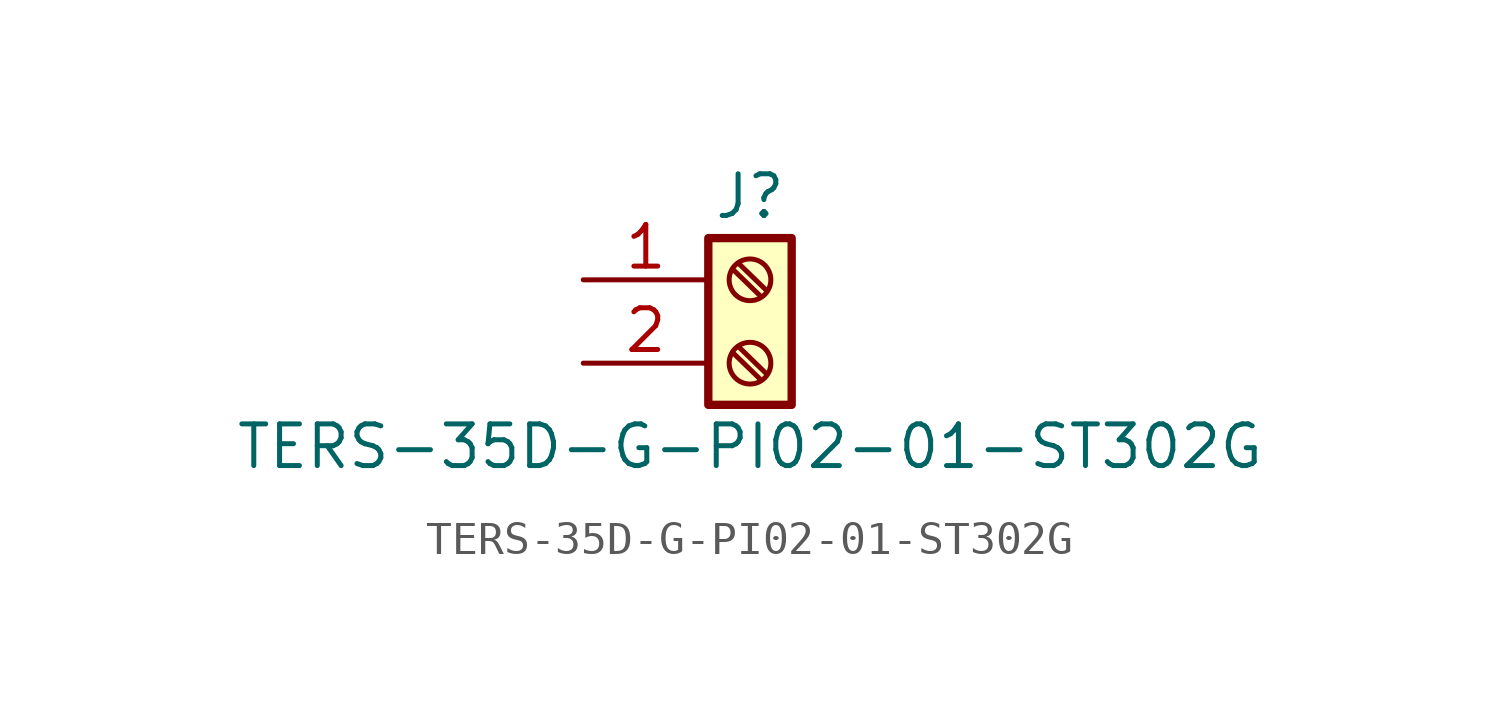
<source format=kicad_sym>
(kicad_symbol_lib
  (version 20211014)
  (generator kicad_symbol_editor)
  (symbol "TERS-35D-G-PI02-01-ST302G"
    (pin_names
      (offset 1.016) hide)
    (property "Reference" "J"
      (at 0 2.54 0)
      (effects (font (size 1.27 1.27))))
    (property "Value" "TERS-35D-G-PI02-01-ST302G"
      (at 0 -5.08 0)
      (effects (font (size 1.27 1.27))))
    (symbol "TERS-35D-G-PI02-01-ST302G_1_1"
      (rectangle (start -1.27 1.27) (end 1.27 -3.81) (stroke (width 0.254) (type default) (color 0 0 0 0)) (fill (type background)))
      (circle (center 0 -2.54) (radius 0.635) (stroke (width 0.152) (type default) (color 0 0 0 0)) (fill (type none)))
      (polyline (pts (xy -0.533 -2.21) (xy 0.33 -3.048)) (stroke (width 0.152) (type default) (color 0 0 0 0)) (fill (type none)))
      (polyline (pts (xy -0.533 0.33) (xy 0.33 -0.508)) (stroke (width 0.152) (type default) (color 0 0 0 0)) (fill (type none)))
      (polyline (pts (xy -0.356 -2.032) (xy 0.508 -2.87)) (stroke (width 0.152) (type default) (color 0 0 0 0)) (fill (type none)))
      (polyline (pts (xy -0.356 0.508) (xy 0.508 -0.33)) (stroke (width 0.152) (type default) (color 0 0 0 0)) (fill (type none)))
      (circle (center 0 0) (radius 0.635) (stroke (width 0.152) (type default) (color 0 0 0 0)) (fill (type none)))
      (pin passive line (at -5.08 0 0) (length 3.81) (name "Pin_1" (effects (font (size 1.27 1.27)))) (number "1" (effects (font (size 1.27 1.27)))))
      (pin passive line (at -5.08 -2.54 0) (length 3.81) (name "Pin_2" (effects (font (size 1.27 1.27)))) (number "2" (effects (font (size 1.27 1.27))))))))
</source>
